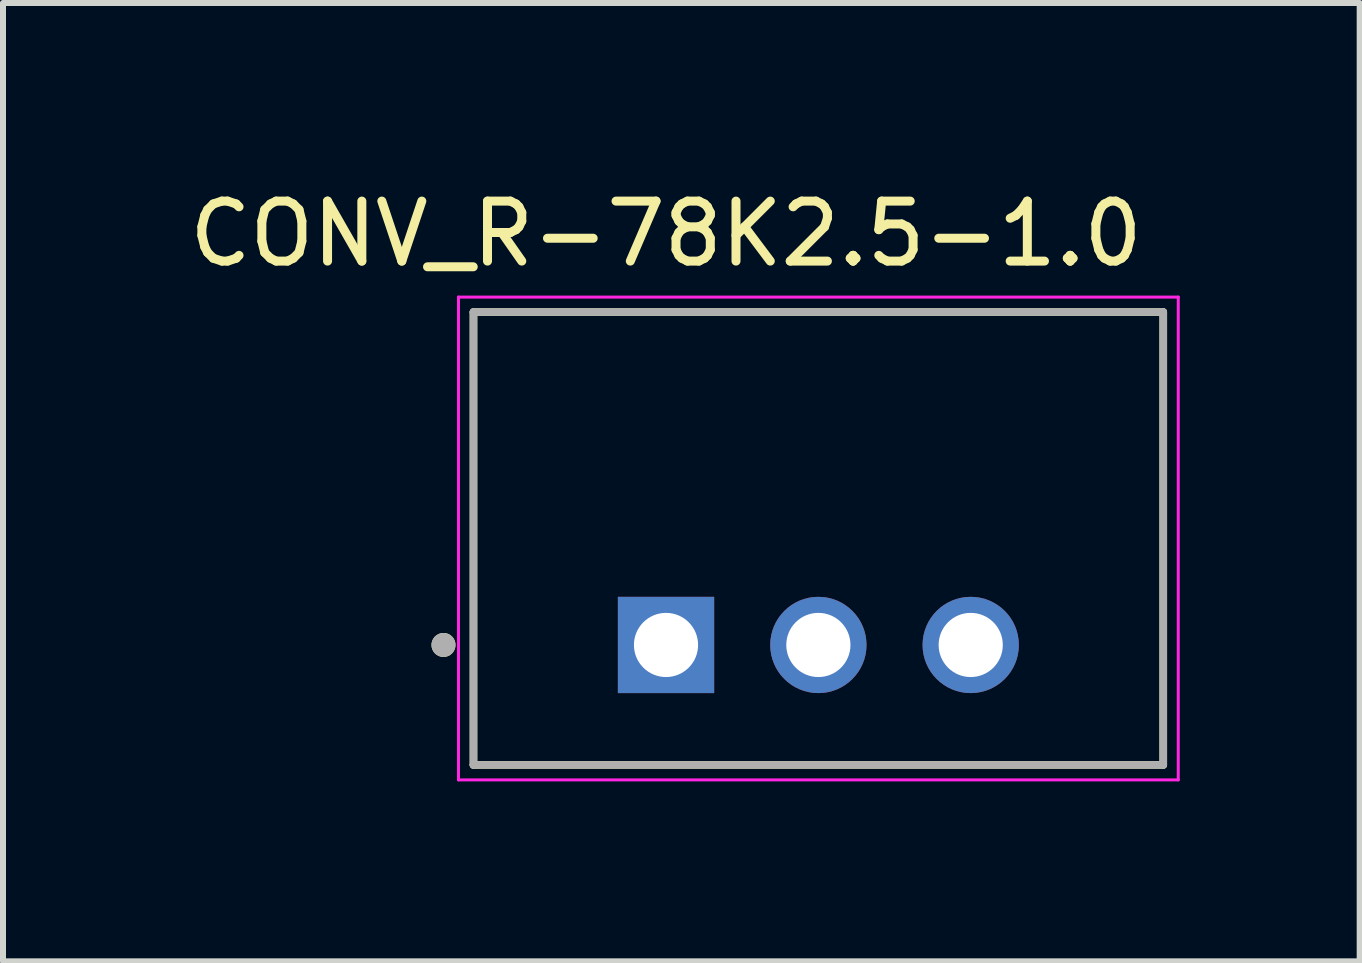
<source format=kicad_pcb>
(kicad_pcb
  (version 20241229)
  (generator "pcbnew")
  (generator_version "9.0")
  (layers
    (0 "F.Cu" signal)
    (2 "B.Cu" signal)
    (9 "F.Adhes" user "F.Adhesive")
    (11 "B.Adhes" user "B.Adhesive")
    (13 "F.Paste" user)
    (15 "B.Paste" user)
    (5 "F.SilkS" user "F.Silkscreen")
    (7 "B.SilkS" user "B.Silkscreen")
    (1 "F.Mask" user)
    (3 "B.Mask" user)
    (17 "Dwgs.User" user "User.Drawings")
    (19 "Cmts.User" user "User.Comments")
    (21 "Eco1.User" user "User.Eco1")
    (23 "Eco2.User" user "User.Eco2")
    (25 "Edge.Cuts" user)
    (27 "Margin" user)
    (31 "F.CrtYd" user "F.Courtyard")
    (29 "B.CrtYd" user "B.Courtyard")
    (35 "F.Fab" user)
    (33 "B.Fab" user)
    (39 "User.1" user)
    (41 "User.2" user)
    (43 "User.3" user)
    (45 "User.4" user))
  (footprint "CONV_R-78K2.5-1.0"
    (layer "F.Cu")
    (at 10.594 5.928)
    (property "Reference" "CONV_R-78K2.5-1.0" (at -2.54 -5.08 0) (layer "F.SilkS") (effects (font (size 1 1) (thickness 0.15))))
    (attr through_hole)
    (fp_line (start -5.75 -3.775) (end 5.75 -3.775) (stroke (width 0.127) (type solid)) (layer "F.SilkS"))
    (fp_line (start -5.75 3.775) (end -5.75 -3.775) (stroke (width 0.127) (type solid)) (layer "F.SilkS"))
    (fp_line (start 5.75 -3.775) (end 5.75 3.775) (stroke (width 0.127) (type solid)) (layer "F.SilkS"))
    (fp_line (start 5.75 3.775) (end -5.75 3.775) (stroke (width 0.127) (type solid)) (layer "F.SilkS"))
    (fp_circle (center -6.25 1.775) (end -6.15 1.775) (stroke (width 0.2) (type solid)) (fill no) (layer "F.SilkS"))
    (fp_line (start -6 -4.025) (end -6 4.025) (stroke (width 0.05) (type solid)) (layer "F.CrtYd"))
    (fp_line (start -6 4.025) (end 6 4.025) (stroke (width 0.05) (type solid)) (layer "F.CrtYd"))
    (fp_line (start 6 -4.025) (end -6 -4.025) (stroke (width 0.05) (type solid)) (layer "F.CrtYd"))
    (fp_line (start 6 4.025) (end 6 -4.025) (stroke (width 0.05) (type solid)) (layer "F.CrtYd"))
    (fp_line (start -5.75 -3.775) (end 5.75 -3.775) (stroke (width 0.127) (type solid)) (layer "F.Fab"))
    (fp_line (start -5.75 3.775) (end -5.75 -3.775) (stroke (width 0.127) (type solid)) (layer "F.Fab"))
    (fp_line (start 5.75 -3.775) (end 5.75 3.775) (stroke (width 0.127) (type solid)) (layer "F.Fab"))
    (fp_line (start 5.75 3.775) (end -5.75 3.775) (stroke (width 0.127) (type solid)) (layer "F.Fab"))
    (fp_circle (center -6.25 1.775) (end -6.15 1.775) (stroke (width 0.2) (type solid)) (fill no) (layer "F.Fab"))
    (pad "1" thru_hole rect (at -2.54 1.775) (size 1.605 1.605) (drill 1.07) (layers "*.Cu" "*.Mask"))
    (pad "2" thru_hole circle (at 0 1.775) (size 1.605 1.605) (drill 1.07) (layers "*.Cu" "*.Mask"))
    (pad "3" thru_hole circle (at 2.54 1.775) (size 1.605 1.605) (drill 1.07) (layers "*.Cu" "*.Mask")))
  (gr_rect
    (start -3 -3)
    (end 19.619 12.978)
    (stroke (width 0.1) (type default))
    (fill no)
    (layer "Edge.Cuts")))
</source>
